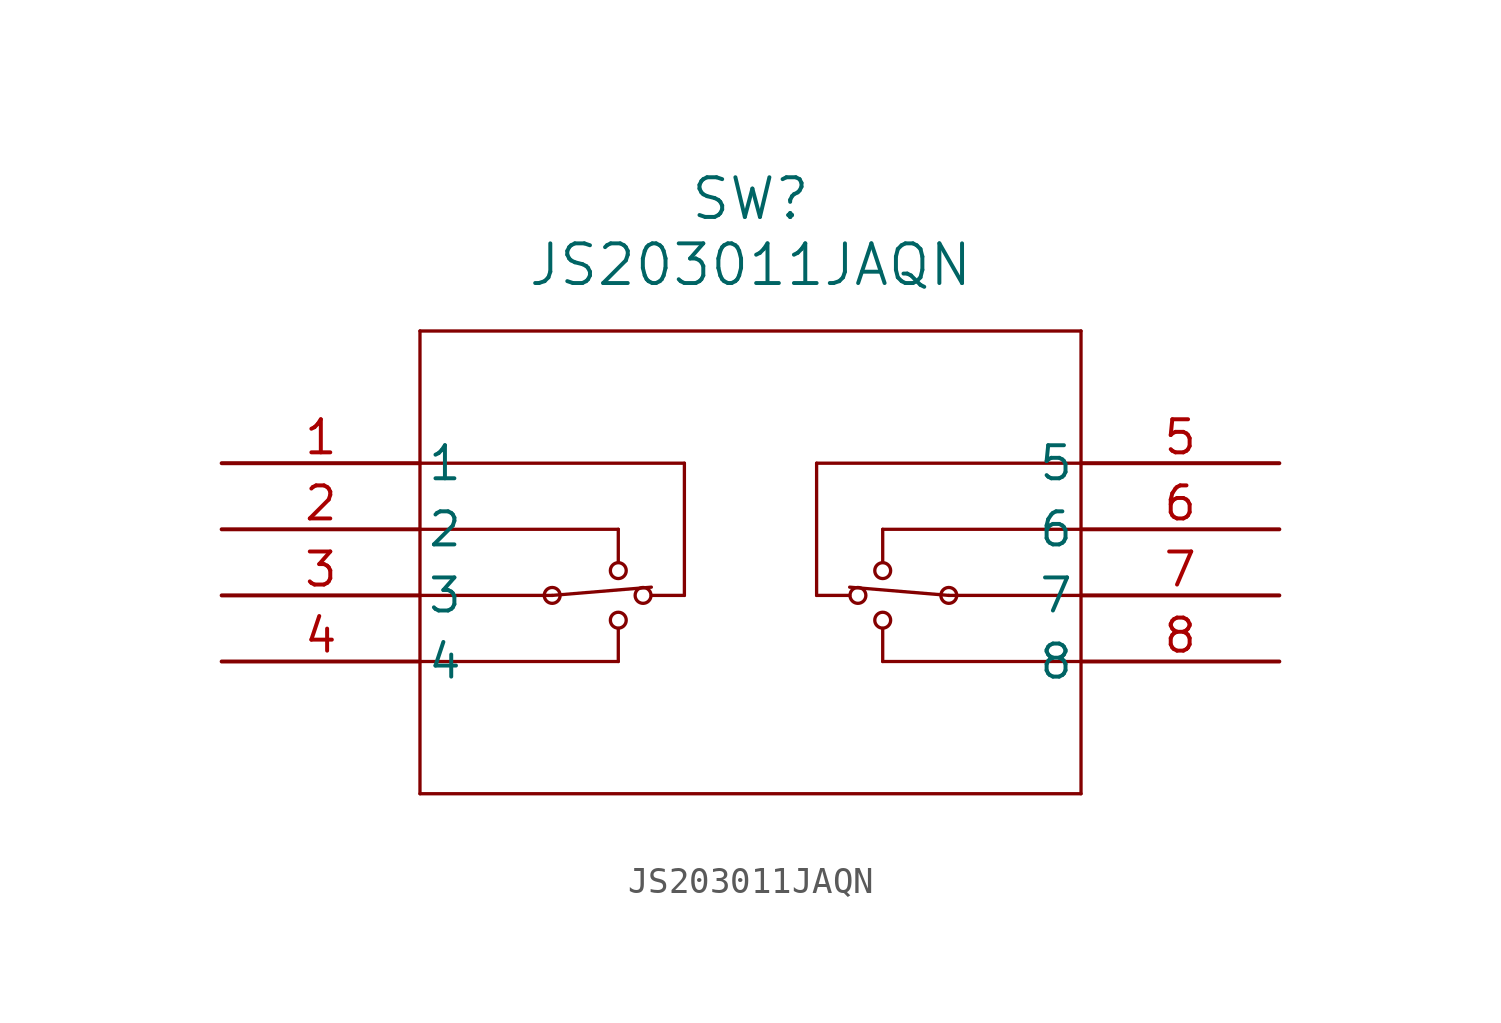
<source format=kicad_sym>
(kicad_symbol_lib
  (version 20211014)
  (generator kicad_symbol_editor)
  (symbol "JS203011JAQN"
    (pin_names
      (offset 0.254))
    (property "Reference" "SW"
      (at 20.32 10.16 0)
      (effects (font (size 1.524 1.524))))
    (property "Value" "JS203011JAQN"
      (at 20.32 7.62 0)
      (effects (font (size 1.524 1.524))))
    (symbol "JS203011JAQN_0_1"
      (polyline (pts (xy 7.62 5.08) (xy 7.62 -12.7)) (stroke (width 0.127) (type default) (color 0 0 0 0)) (fill (type none)))
      (polyline (pts (xy 7.62 -12.7) (xy 33.02 -12.7)) (stroke (width 0.127) (type default) (color 0 0 0 0)) (fill (type none)))
      (polyline (pts (xy 33.02 -12.7) (xy 33.02 5.08)) (stroke (width 0.127) (type default) (color 0 0 0 0)) (fill (type none)))
      (polyline (pts (xy 33.02 5.08) (xy 7.62 5.08)) (stroke (width 0.127) (type default) (color 0 0 0 0)) (fill (type none)))
      (polyline (pts (xy 7.62 -5.08) (xy 12.7 -5.08)) (stroke (width 0.127) (type default) (color 0 0 0 0)) (fill (type none)))
      (polyline (pts (xy 33.02 -5.08) (xy 27.94 -5.08)) (stroke (width 0.127) (type default) (color 0 0 0 0)) (fill (type none)))
      (polyline (pts (xy 33.02 0) (xy 22.86 0)) (stroke (width 0.127) (type default) (color 0 0 0 0)) (fill (type none)))
      (polyline (pts (xy 7.62 0) (xy 17.78 0)) (stroke (width 0.127) (type default) (color 0 0 0 0)) (fill (type none)))
      (polyline (pts (xy 7.62 -2.54) (xy 15.24 -2.54)) (stroke (width 0.127) (type default) (color 0 0 0 0)) (fill (type none)))
      (polyline (pts (xy 33.02 -2.54) (xy 25.4 -2.54)) (stroke (width 0.127) (type default) (color 0 0 0 0)) (fill (type none)))
      (polyline (pts (xy 33.02 -7.62) (xy 25.4 -7.62)) (stroke (width 0.127) (type default) (color 0 0 0 0)) (fill (type none)))
      (polyline (pts (xy 7.62 -7.62) (xy 15.24 -7.62)) (stroke (width 0.127) (type default) (color 0 0 0 0)) (fill (type none)))
      (polyline (pts (xy 17.78 0) (xy 17.78 -5.08)) (stroke (width 0.127) (type default) (color 0 0 0 0)) (fill (type none)))
      (polyline (pts (xy 22.86 0) (xy 22.86 -5.08)) (stroke (width 0.127) (type default) (color 0 0 0 0)) (fill (type none)))
      (polyline (pts (xy 16.51 -5.08) (xy 17.78 -5.08)) (stroke (width 0.127) (type default) (color 0 0 0 0)) (fill (type none)))
      (polyline (pts (xy 22.86 -5.08) (xy 24.13 -5.08)) (stroke (width 0.127) (type default) (color 0 0 0 0)) (fill (type none)))
      (polyline (pts (xy 25.4 -6.35) (xy 25.4 -7.62)) (stroke (width 0.127) (type default) (color 0 0 0 0)) (fill (type none)))
      (polyline (pts (xy 25.4 -2.54) (xy 25.4 -3.81)) (stroke (width 0.127) (type default) (color 0 0 0 0)) (fill (type none)))
      (polyline (pts (xy 15.24 -2.54) (xy 15.24 -3.81)) (stroke (width 0.127) (type default) (color 0 0 0 0)) (fill (type none)))
      (polyline (pts (xy 15.24 -6.35) (xy 15.24 -7.62)) (stroke (width 0.127) (type default) (color 0 0 0 0)) (fill (type none)))
      (circle (center 16.192 -5.08) (radius 0.305) (stroke (width 0.127) (type default) (color 0 0 0 0)) (fill (type none)))
      (circle (center 15.24 -4.128) (radius 0.305) (stroke (width 0.127) (type default) (color 0 0 0 0)) (fill (type none)))
      (circle (center 15.24 -6.032) (radius 0.305) (stroke (width 0.127) (type default) (color 0 0 0 0)) (fill (type none)))
      (circle (center 24.448 -5.08) (radius 0.305) (stroke (width 0.127) (type default) (color 0 0 0 0)) (fill (type none)))
      (circle (center 25.4 -4.128) (radius 0.305) (stroke (width 0.127) (type default) (color 0 0 0 0)) (fill (type none)))
      (circle (center 25.4 -6.032) (radius 0.305) (stroke (width 0.127) (type default) (color 0 0 0 0)) (fill (type none)))
      (circle (center 27.94 -5.08) (radius 0.305) (stroke (width 0.127) (type default) (color 0 0 0 0)) (fill (type none)))
      (circle (center 12.7 -5.08) (radius 0.305) (stroke (width 0.127) (type default) (color 0 0 0 0)) (fill (type none)))
      (polyline (pts (xy 12.7 -5.08) (xy 16.51 -4.763)) (stroke (width 0.127) (type default) (color 0 0 0 0)) (fill (type none)))
      (polyline (pts (xy 27.94 -5.08) (xy 24.13 -4.763)) (stroke (width 0.127) (type default) (color 0 0 0 0)) (fill (type none)))
      (pin unspecified line (at 0 0 0) (length 7.62) (name "1" (effects (font (size 1.27 1.27)))) (number "1" (effects (font (size 1.27 1.27)))))
      (pin unspecified line (at 0 -2.54 0) (length 7.62) (name "2" (effects (font (size 1.27 1.27)))) (number "2" (effects (font (size 1.27 1.27)))))
      (pin unspecified line (at 0 -5.08 0) (length 7.62) (name "3" (effects (font (size 1.27 1.27)))) (number "3" (effects (font (size 1.27 1.27)))))
      (pin unspecified line (at 0 -7.62 0) (length 7.62) (name "4" (effects (font (size 1.27 1.27)))) (number "4" (effects (font (size 1.27 1.27)))))
      (pin unspecified line (at 40.64 0 180) (length 7.62) (name "5" (effects (font (size 1.27 1.27)))) (number "5" (effects (font (size 1.27 1.27)))))
      (pin unspecified line (at 40.64 -2.54 180) (length 7.62) (name "6" (effects (font (size 1.27 1.27)))) (number "6" (effects (font (size 1.27 1.27)))))
      (pin unspecified line (at 40.64 -5.08 180) (length 7.62) (name "7" (effects (font (size 1.27 1.27)))) (number "7" (effects (font (size 1.27 1.27)))))
      (pin unspecified line (at 40.64 -7.62 180) (length 7.62) (name "8" (effects (font (size 1.27 1.27)))) (number "8" (effects (font (size 1.27 1.27))))))))
</source>
